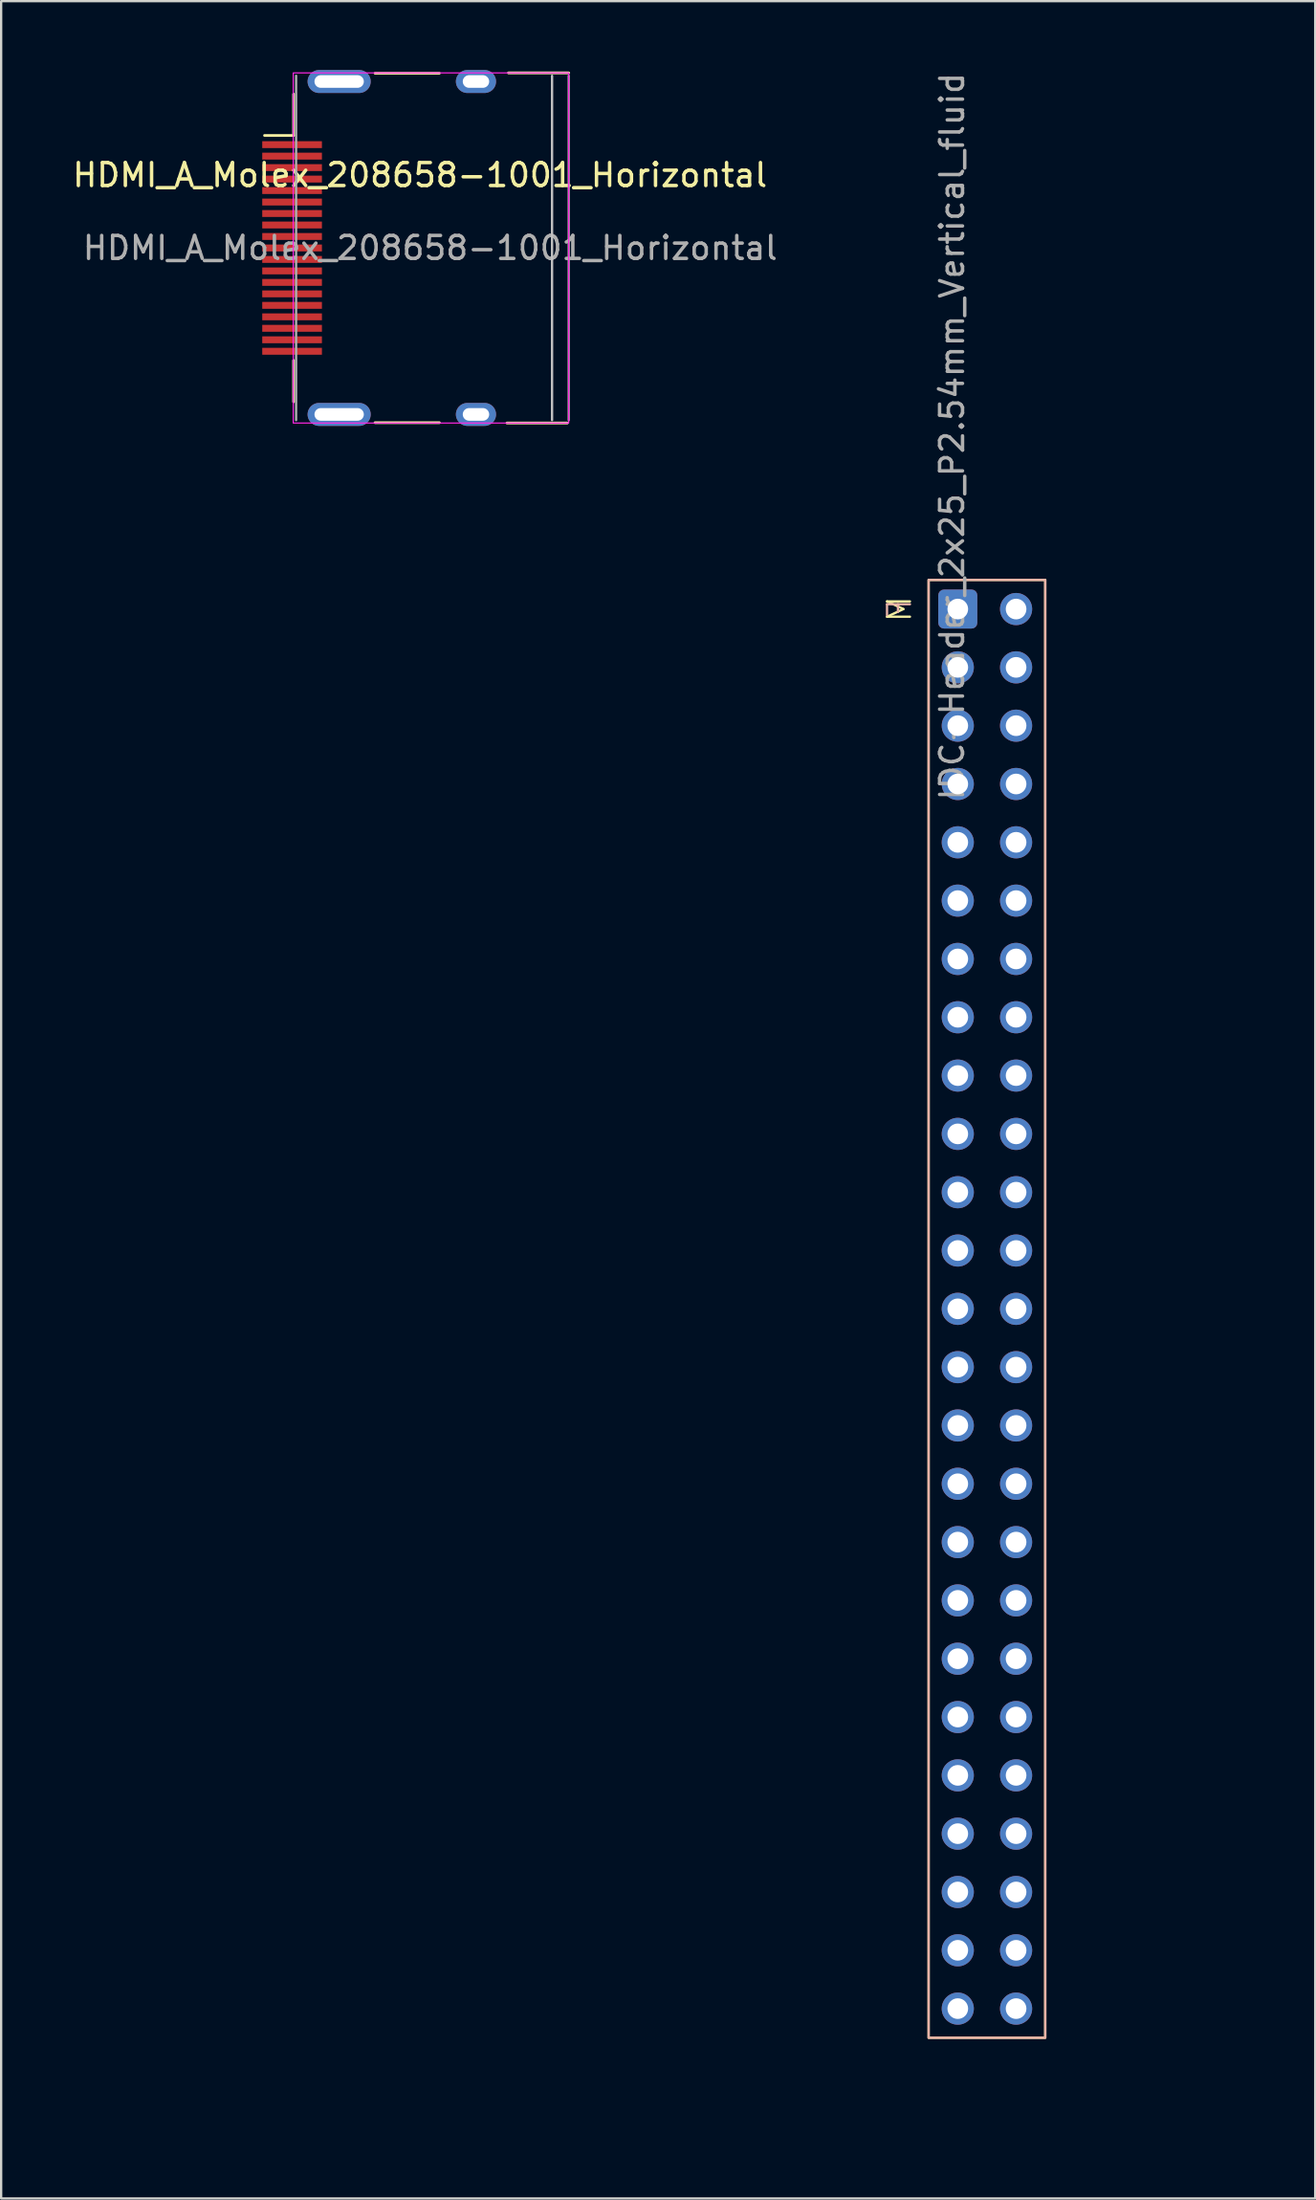
<source format=kicad_pcb>
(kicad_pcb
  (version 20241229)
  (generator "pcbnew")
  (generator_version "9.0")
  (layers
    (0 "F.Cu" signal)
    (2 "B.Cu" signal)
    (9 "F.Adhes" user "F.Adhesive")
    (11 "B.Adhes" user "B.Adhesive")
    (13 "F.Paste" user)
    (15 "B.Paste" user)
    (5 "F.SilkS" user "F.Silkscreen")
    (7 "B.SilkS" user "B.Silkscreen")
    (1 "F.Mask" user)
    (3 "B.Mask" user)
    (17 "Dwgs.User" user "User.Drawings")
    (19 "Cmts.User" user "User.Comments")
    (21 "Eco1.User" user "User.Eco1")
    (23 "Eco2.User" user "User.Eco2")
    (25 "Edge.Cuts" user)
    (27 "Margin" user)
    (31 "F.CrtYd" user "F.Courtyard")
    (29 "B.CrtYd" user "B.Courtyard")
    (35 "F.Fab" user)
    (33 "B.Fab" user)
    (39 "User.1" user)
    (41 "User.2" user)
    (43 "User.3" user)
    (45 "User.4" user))
  (footprint "IDC-Header_2x25_P2.54mm_Vertical_fluid"
    (layer "F.Cu")
    (at 39.943 53.958)
    (property "Reference" "IDC-Header_2x25_P2.54mm_Vertical_fluid" (at 5.08 -36.83 90) (layer "User.1") (effects (font (size 1 1) (thickness 0.15))))
    (attr through_hole)
    (fp_rect (start -2.54 -31.75) (end 2.54 31.75) (stroke (width 0.1) (type default)) (fill no) (layer "F.SilkS"))
    (fp_rect (start -2.54 -31.75) (end 2.54 31.75) (stroke (width 0.1) (type default)) (fill no) (layer "B.SilkS"))
    (fp_rect (start 2.75 -34.5) (end 11.25 34.5) (stroke (width 0.1) (type default)) (fill no) (layer "User.1"))
    (fp_rect (start 4.5 -2.25) (end 11.25 2.25) (stroke (width 0.1) (type default)) (fill no) (layer "User.1"))
    (fp_line (start -5.95 -30.98) (end -5.95 -29.98) (stroke (width 0.12) (type solid)) (layer "User.5"))
    (fp_line (start -5.95 -29.98) (end -4.95 -30.48) (stroke (width 0.12) (type solid)) (layer "User.5"))
    (fp_line (start -4.95 -30.48) (end -5.95 -30.98) (stroke (width 0.12) (type solid)) (layer "User.5"))
    (fp_line (start -4.56 -35.69) (end 4.56 -35.69) (stroke (width 0.12) (type solid)) (layer "User.5"))
    (fp_line (start -4.56 -2.05) (end -3.25 -2.05) (stroke (width 0.12) (type solid)) (layer "User.5"))
    (fp_line (start -4.56 35.69) (end -4.56 -35.69) (stroke (width 0.12) (type solid)) (layer "User.5"))
    (fp_line (start -4.45 -34.58) (end -3.45 -35.58) (stroke (width 0.1) (type solid)) (layer "User.5"))
    (fp_line (start -4.45 -2.05) (end -3.25 -2.05) (stroke (width 0.1) (type solid)) (layer "User.5"))
    (fp_line (start -4.45 35.58) (end -4.45 -34.58) (stroke (width 0.1) (type solid)) (layer "User.5"))
    (fp_line (start -3.45 -35.58) (end 4.45 -35.58) (stroke (width 0.1) (type solid)) (layer "User.5"))
    (fp_line (start -3.25 -34.39) (end 3.25 -34.39) (stroke (width 0.1) (type solid)) (layer "User.5"))
    (fp_line (start -3.25 -34.39) (end 3.25 -34.39) (stroke (width 0.12) (type solid)) (layer "User.5"))
    (fp_line (start -3.25 -2.05) (end -3.25 -34.39) (stroke (width 0.1) (type solid)) (layer "User.5"))
    (fp_line (start -3.25 -2.05) (end -3.25 -34.39) (stroke (width 0.12) (type solid)) (layer "User.5"))
    (fp_line (start -3.25 2.05) (end -4.56 2.05) (stroke (width 0.12) (type solid)) (layer "User.5"))
    (fp_line (start -3.25 2.05) (end -4.45 2.05) (stroke (width 0.1) (type solid)) (layer "User.5"))
    (fp_line (start -3.25 2.05) (end -3.25 2.05) (stroke (width 0.1) (type solid)) (layer "User.5"))
    (fp_line (start -3.25 2.05) (end -3.25 2.05) (stroke (width 0.12) (type solid)) (layer "User.5"))
    (fp_line (start -3.25 2.05) (end -3.25 2.05) (stroke (width 0.12) (type solid)) (layer "User.5"))
    (fp_line (start -3.25 34.39) (end -3.25 2.05) (stroke (width 0.1) (type solid)) (layer "User.5"))
    (fp_line (start -3.25 34.39) (end -3.25 2.05) (stroke (width 0.12) (type solid)) (layer "User.5"))
    (fp_line (start 3.25 -34.39) (end 3.25 34.39) (stroke (width 0.1) (type solid)) (layer "User.5"))
    (fp_line (start 3.25 -34.39) (end 3.25 34.39) (stroke (width 0.12) (type solid)) (layer "User.5"))
    (fp_line (start 3.25 34.39) (end -3.25 34.39) (stroke (width 0.1) (type solid)) (layer "User.5"))
    (fp_line (start 3.25 34.39) (end -3.25 34.39) (stroke (width 0.12) (type solid)) (layer "User.5"))
    (fp_line (start 4.45 -35.58) (end 4.45 35.58) (stroke (width 0.1) (type solid)) (layer "User.5"))
    (fp_line (start 4.45 35.58) (end -4.45 35.58) (stroke (width 0.1) (type solid)) (layer "User.5"))
    (fp_line (start 4.56 -35.69) (end 4.56 35.69) (stroke (width 0.12) (type solid)) (layer "User.5"))
    (fp_line (start 4.56 35.69) (end -4.56 35.69) (stroke (width 0.12) (type solid)) (layer "User.5"))
    (fp_line (start -5.95 -30.98) (end -5.95 -29.98) (stroke (width 0.12) (type solid)) (layer "User.7"))
    (fp_line (start -5.95 -29.98) (end -4.95 -30.48) (stroke (width 0.12) (type solid)) (layer "User.7"))
    (fp_line (start -4.95 -30.48) (end -5.95 -30.98) (stroke (width 0.12) (type solid)) (layer "User.7"))
    (fp_line (start -4.56 -35.69) (end 4.56 -35.69) (stroke (width 0.12) (type solid)) (layer "User.7"))
    (fp_line (start -4.56 -2.05) (end -3.25 -2.05) (stroke (width 0.12) (type solid)) (layer "User.7"))
    (fp_line (start -4.56 35.69) (end -4.56 -35.69) (stroke (width 0.12) (type solid)) (layer "User.7"))
    (fp_line (start -3.25 -34.39) (end 3.25 -34.39) (stroke (width 0.12) (type solid)) (layer "User.7"))
    (fp_line (start -3.25 -2.05) (end -3.25 -34.39) (stroke (width 0.12) (type solid)) (layer "User.7"))
    (fp_line (start -3.25 2.05) (end -4.56 2.05) (stroke (width 0.12) (type solid)) (layer "User.7"))
    (fp_line (start -3.25 34.39) (end -3.25 2.05) (stroke (width 0.12) (type solid)) (layer "User.7"))
    (fp_line (start 3.25 -34.39) (end 3.25 34.39) (stroke (width 0.12) (type solid)) (layer "User.7"))
    (fp_line (start 3.25 34.39) (end -3.25 34.39) (stroke (width 0.12) (type solid)) (layer "User.7"))
    (fp_line (start 4.56 -35.69) (end 4.56 35.69) (stroke (width 0.12) (type solid)) (layer "User.7"))
    (fp_line (start 4.56 35.69) (end -4.56 35.69) (stroke (width 0.12) (type solid)) (layer "User.7"))
    (fp_text user "M" (at -3.81 -30.48 270) (layer "F.SilkS") (effects (font (size 1 1) (thickness 0.1))))
    (fp_text user "F" (at -3.81 -30.5 90) (layer "B.SilkS") (effects (font (size 1 1) (thickness 0.1)) (justify mirror)))
    (fp_text user "${REFERENCE}" (at -1.518 -38 90) (layer "F.Fab") (effects (font (size 1 1) (thickness 0.15))))
    (pad "1" thru_hole roundrect (at -1.27 -30.48) (size 1.7 1.7) (drill 0.9) (layers "*.Cu" "*.Mask") (roundrect_rratio 0.147))
    (pad "2" thru_hole circle (at 1.27 -30.48) (size 1.4 1.4) (drill 0.9) (layers "*.Cu" "*.Mask"))
    (pad "3" thru_hole circle (at -1.27 -27.94) (size 1.4 1.4) (drill 0.9) (layers "*.Cu" "*.Mask"))
    (pad "4" thru_hole circle (at 1.27 -27.94) (size 1.4 1.4) (drill 0.9) (layers "*.Cu" "*.Mask"))
    (pad "5" thru_hole circle (at -1.27 -25.4) (size 1.4 1.4) (drill 0.9) (layers "*.Cu" "*.Mask"))
    (pad "6" thru_hole circle (at 1.27 -25.4) (size 1.4 1.4) (drill 0.9) (layers "*.Cu" "*.Mask"))
    (pad "7" thru_hole circle (at -1.27 -22.86) (size 1.4 1.4) (drill 0.9) (layers "*.Cu" "*.Mask"))
    (pad "8" thru_hole circle (at 1.27 -22.86) (size 1.4 1.4) (drill 0.9) (layers "*.Cu" "*.Mask"))
    (pad "9" thru_hole circle (at -1.27 -20.32) (size 1.4 1.4) (drill 0.9) (layers "*.Cu" "*.Mask"))
    (pad "10" thru_hole circle (at 1.27 -20.32) (size 1.4 1.4) (drill 0.9) (layers "*.Cu" "*.Mask"))
    (pad "11" thru_hole circle (at -1.27 -17.78) (size 1.4 1.4) (drill 0.9) (layers "*.Cu" "*.Mask"))
    (pad "12" thru_hole circle (at 1.27 -17.78) (size 1.4 1.4) (drill 0.9) (layers "*.Cu" "*.Mask"))
    (pad "13" thru_hole circle (at -1.27 -15.24) (size 1.4 1.4) (drill 0.9) (layers "*.Cu" "*.Mask"))
    (pad "14" thru_hole circle (at 1.27 -15.24) (size 1.4 1.4) (drill 0.9) (layers "*.Cu" "*.Mask"))
    (pad "15" thru_hole circle (at -1.27 -12.7) (size 1.4 1.4) (drill 0.9) (layers "*.Cu" "*.Mask"))
    (pad "16" thru_hole circle (at 1.27 -12.7) (size 1.4 1.4) (drill 0.9) (layers "*.Cu" "*.Mask"))
    (pad "17" thru_hole circle (at -1.27 -10.16) (size 1.4 1.4) (drill 0.9) (layers "*.Cu" "*.Mask"))
    (pad "18" thru_hole circle (at 1.27 -10.16) (size 1.4 1.4) (drill 0.9) (layers "*.Cu" "*.Mask"))
    (pad "19" thru_hole circle (at -1.27 -7.62) (size 1.4 1.4) (drill 0.9) (layers "*.Cu" "*.Mask"))
    (pad "20" thru_hole circle (at 1.27 -7.62) (size 1.4 1.4) (drill 0.9) (layers "*.Cu" "*.Mask"))
    (pad "21" thru_hole circle (at -1.27 -5.08) (size 1.4 1.4) (drill 0.9) (layers "*.Cu" "*.Mask"))
    (pad "22" thru_hole circle (at 1.27 -5.08) (size 1.4 1.4) (drill 0.9) (layers "*.Cu" "*.Mask"))
    (pad "23" thru_hole circle (at -1.27 -2.54) (size 1.4 1.4) (drill 0.9) (layers "*.Cu" "*.Mask"))
    (pad "24" thru_hole circle (at 1.27 -2.54) (size 1.4 1.4) (drill 0.9) (layers "*.Cu" "*.Mask"))
    (pad "25" thru_hole circle (at -1.27 0) (size 1.4 1.4) (drill 0.9) (layers "*.Cu" "*.Mask"))
    (pad "26" thru_hole circle (at 1.27 0) (size 1.4 1.4) (drill 0.9) (layers "*.Cu" "*.Mask"))
    (pad "27" thru_hole circle (at -1.27 2.54) (size 1.4 1.4) (drill 0.9) (layers "*.Cu" "*.Mask"))
    (pad "28" thru_hole circle (at 1.27 2.54) (size 1.4 1.4) (drill 0.9) (layers "*.Cu" "*.Mask"))
    (pad "29" thru_hole circle (at -1.27 5.08) (size 1.4 1.4) (drill 0.9) (layers "*.Cu" "*.Mask"))
    (pad "30" thru_hole circle (at 1.27 5.08) (size 1.4 1.4) (drill 0.9) (layers "*.Cu" "*.Mask"))
    (pad "31" thru_hole circle (at -1.27 7.62) (size 1.4 1.4) (drill 0.9) (layers "*.Cu" "*.Mask"))
    (pad "32" thru_hole circle (at 1.27 7.62) (size 1.4 1.4) (drill 0.9) (layers "*.Cu" "*.Mask"))
    (pad "33" thru_hole circle (at -1.27 10.16) (size 1.4 1.4) (drill 0.9) (layers "*.Cu" "*.Mask"))
    (pad "34" thru_hole circle (at 1.27 10.16) (size 1.4 1.4) (drill 0.9) (layers "*.Cu" "*.Mask"))
    (pad "35" thru_hole circle (at -1.27 12.7) (size 1.4 1.4) (drill 0.9) (layers "*.Cu" "*.Mask"))
    (pad "36" thru_hole circle (at 1.27 12.7) (size 1.4 1.4) (drill 0.9) (layers "*.Cu" "*.Mask"))
    (pad "37" thru_hole circle (at -1.27 15.24) (size 1.4 1.4) (drill 0.9) (layers "*.Cu" "*.Mask"))
    (pad "38" thru_hole circle (at 1.27 15.24) (size 1.4 1.4) (drill 0.9) (layers "*.Cu" "*.Mask"))
    (pad "39" thru_hole circle (at -1.27 17.78) (size 1.4 1.4) (drill 0.9) (layers "*.Cu" "*.Mask"))
    (pad "40" thru_hole circle (at 1.27 17.78) (size 1.4 1.4) (drill 0.9) (layers "*.Cu" "*.Mask"))
    (pad "41" thru_hole circle (at -1.27 20.32) (size 1.4 1.4) (drill 0.9) (layers "*.Cu" "*.Mask"))
    (pad "42" thru_hole circle (at 1.27 20.32) (size 1.4 1.4) (drill 0.9) (layers "*.Cu" "*.Mask"))
    (pad "43" thru_hole circle (at -1.27 22.86) (size 1.4 1.4) (drill 0.9) (layers "*.Cu" "*.Mask"))
    (pad "44" thru_hole circle (at 1.27 22.86) (size 1.4 1.4) (drill 0.9) (layers "*.Cu" "*.Mask"))
    (pad "45" thru_hole circle (at -1.27 25.4) (size 1.4 1.4) (drill 0.9) (layers "*.Cu" "*.Mask"))
    (pad "46" thru_hole circle (at 1.27 25.4) (size 1.4 1.4) (drill 0.9) (layers "*.Cu" "*.Mask"))
    (pad "47" thru_hole circle (at -1.27 27.94) (size 1.4 1.4) (drill 0.9) (layers "*.Cu" "*.Mask"))
    (pad "48" thru_hole circle (at 1.27 27.94) (size 1.4 1.4) (drill 0.9) (layers "*.Cu" "*.Mask"))
    (pad "49" thru_hole circle (at -1.27 30.48) (size 1.4 1.4) (drill 0.9) (layers "*.Cu" "*.Mask"))
    (pad "50" thru_hole circle (at 1.27 30.48) (size 1.4 1.4) (drill 0.9) (layers "*.Cu" "*.Mask")))
  (footprint "HDMI_A_Molex_208658-1001_Horizontal"
    (layer "F.Cu")
    (at 13.974 7.75)
    (property "Reference" "HDMI_A_Molex_208658-1001_Horizontal" (at 1.27 -3.175 0) (layer "F.SilkS") (effects (font (size 1 1) (thickness 0.15))))
    (attr smd)
    (fp_line (start -5.5 -4.9) (end -4.235 -4.9) (stroke (width 0.12) (type solid)) (layer "F.SilkS"))
    (fp_line (start -4.235 -4.9) (end -4.235 -6.7) (stroke (width 0.12) (type solid)) (layer "F.SilkS"))
    (fp_line (start -4.235 6.7) (end -4.235 4.9) (stroke (width 0.12) (type solid)) (layer "F.SilkS"))
    (fp_line (start -0.685 -7.61) (end 2.115 -7.61) (stroke (width 0.12) (type solid)) (layer "F.SilkS"))
    (fp_line (start -0.685 7.61) (end 2.115 7.61) (stroke (width 0.12) (type solid)) (layer "F.SilkS"))
    (fp_line (start 5.062 7.625) (end 7.688 7.625) (stroke (width 0.12) (type solid)) (layer "F.SilkS"))
    (fp_line (start 5.125 -7.625) (end 7.75 -7.625) (stroke (width 0.12) (type solid)) (layer "F.SilkS"))
    (fp_line (start 7.025 -7.5) (end 7.025 7.5) (stroke (width 0.1) (type solid)) (layer "Dwgs.User"))
    (fp_rect (start 7.75 -7.625) (end -4.25 7.625) (stroke (width 0.05) (type solid)) (fill no) (layer "F.CrtYd"))
    (fp_line (start -4.125 -7.5) (end -4.125 7.5) (stroke (width 0.1) (type solid)) (layer "F.Fab"))
    (fp_line (start 7.75 -7.5) (end 7.75 7.5) (stroke (width 0.1) (type solid)) (layer "F.Fab"))
    (fp_text user "${REFERENCE}" (at 1.715 0 0) (layer "F.Fab") (effects (font (size 1 1) (thickness 0.15))))
    (pad "1" smd rect (at -4.3 -4.5) (size 2.6 0.3) (layers "F.Cu" "F.Mask" "F.Paste"))
    (pad "2" smd rect (at -4.3 -4) (size 2.6 0.3) (layers "F.Cu" "F.Mask" "F.Paste"))
    (pad "3" smd rect (at -4.3 -3.5) (size 2.6 0.3) (layers "F.Cu" "F.Mask" "F.Paste"))
    (pad "4" smd rect (at -4.3 -3) (size 2.6 0.3) (layers "F.Cu" "F.Mask" "F.Paste"))
    (pad "5" smd rect (at -4.3 -2.5) (size 2.6 0.3) (layers "F.Cu" "F.Mask" "F.Paste"))
    (pad "6" smd rect (at -4.3 -2) (size 2.6 0.3) (layers "F.Cu" "F.Mask" "F.Paste"))
    (pad "7" smd rect (at -4.3 -1.5) (size 2.6 0.3) (layers "F.Cu" "F.Mask" "F.Paste"))
    (pad "8" smd rect (at -4.3 -1) (size 2.6 0.3) (layers "F.Cu" "F.Mask" "F.Paste"))
    (pad "9" smd rect (at -4.3 -0.5) (size 2.6 0.3) (layers "F.Cu" "F.Mask" "F.Paste"))
    (pad "10" smd rect (at -4.3 0) (size 2.6 0.3) (layers "F.Cu" "F.Mask" "F.Paste"))
    (pad "11" smd rect (at -4.3 0.5) (size 2.6 0.3) (layers "F.Cu" "F.Mask" "F.Paste"))
    (pad "12" smd rect (at -4.3 1) (size 2.6 0.3) (layers "F.Cu" "F.Mask" "F.Paste"))
    (pad "13" smd rect (at -4.3 1.5) (size 2.6 0.3) (layers "F.Cu" "F.Mask" "F.Paste"))
    (pad "14" smd rect (at -4.3 2) (size 2.6 0.3) (layers "F.Cu" "F.Mask" "F.Paste"))
    (pad "15" smd rect (at -4.3 2.5) (size 2.6 0.3) (layers "F.Cu" "F.Mask" "F.Paste"))
    (pad "16" smd rect (at -4.3 3) (size 2.6 0.3) (layers "F.Cu" "F.Mask" "F.Paste"))
    (pad "17" smd rect (at -4.3 3.5) (size 2.6 0.3) (layers "F.Cu" "F.Mask" "F.Paste"))
    (pad "18" smd rect (at -4.3 4) (size 2.6 0.3) (layers "F.Cu" "F.Mask" "F.Paste"))
    (pad "19" smd rect (at -4.3 4.5) (size 2.6 0.3) (layers "F.Cu" "F.Mask" "F.Paste"))
    (pad "SH" thru_hole oval (at -2.25 -7.25) (size 2.75 1) (drill oval 2.15 0.55) (layers "*.Cu" "*.Mask"))
    (pad "SH" thru_hole oval (at -2.25 7.25) (size 2.75 1) (drill oval 2.15 0.55) (layers "*.Cu" "*.Mask"))
    (pad "SH" thru_hole oval (at 3.71 -7.25) (size 1.75 1) (drill oval 1.15 0.55) (layers "*.Cu" "*.Mask"))
    (pad "SH" thru_hole oval (at 3.71 7.25) (size 1.75 1) (drill oval 1.15 0.55) (layers "*.Cu" "*.Mask")))
  (gr_rect
    (start -3 -3)
    (end 54.243 92.708)
    (stroke (width 0.1) (type default))
    (fill no)
    (layer "Edge.Cuts")))
</source>
